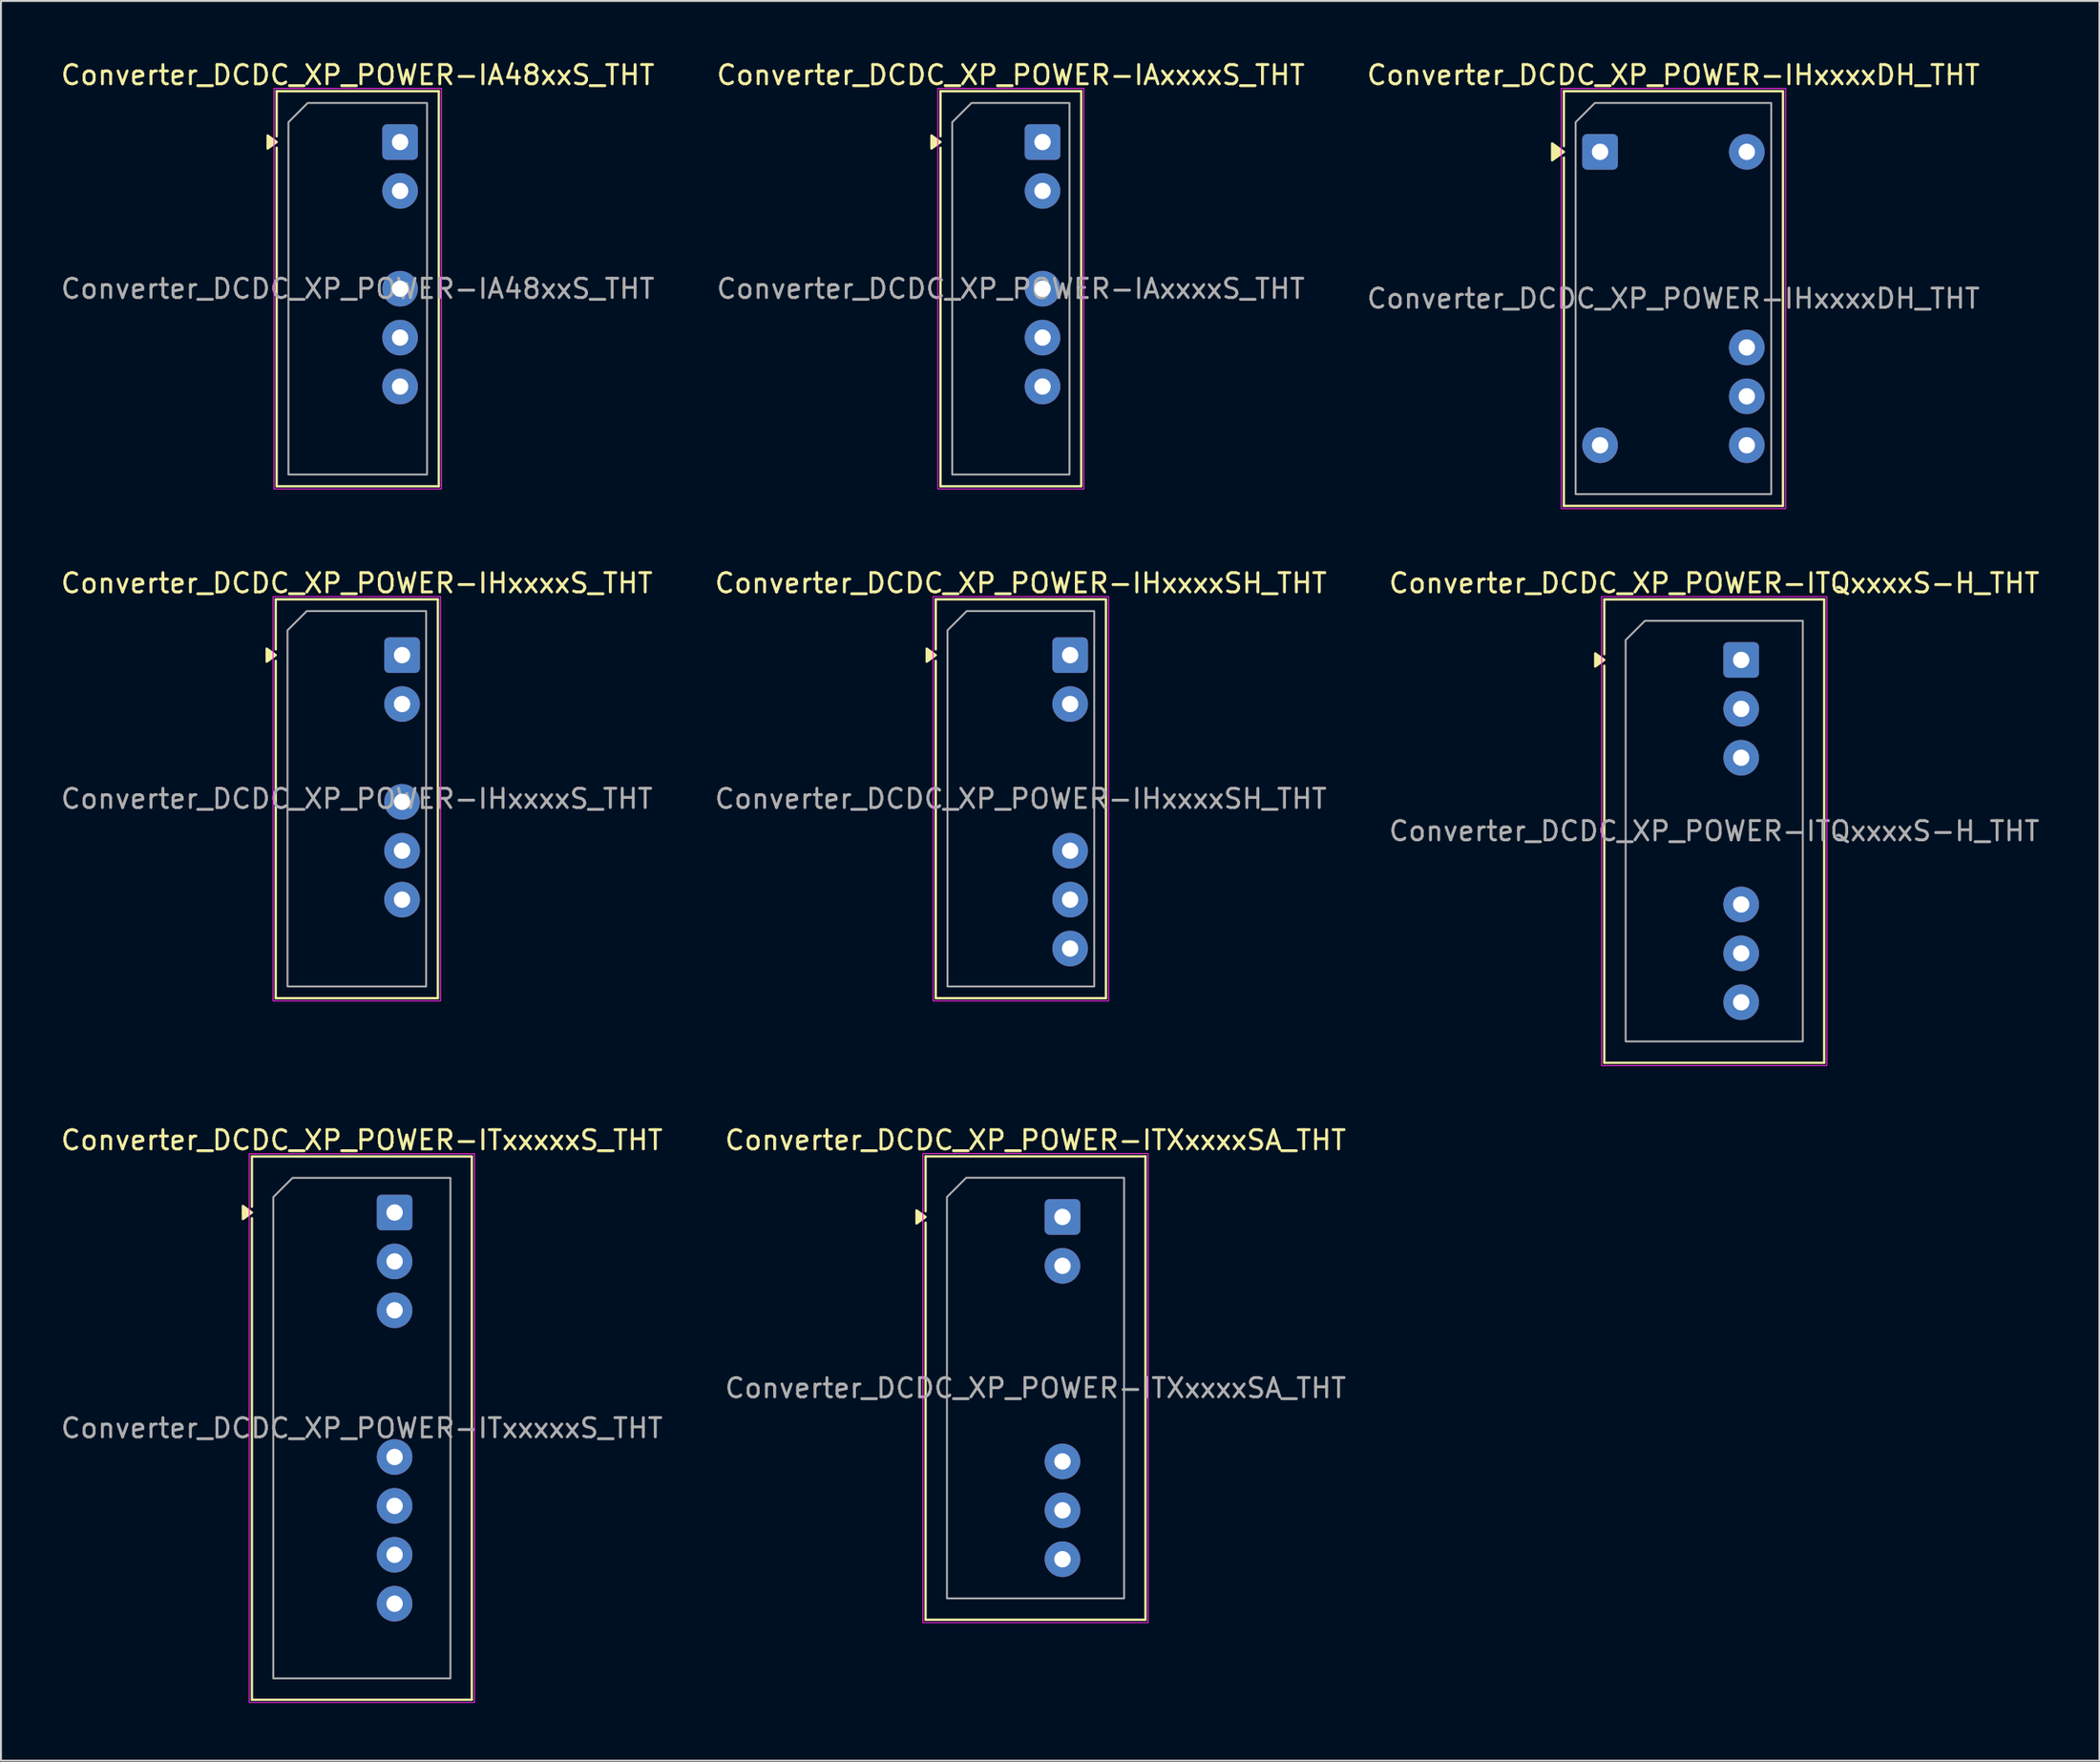
<source format=kicad_pcb>
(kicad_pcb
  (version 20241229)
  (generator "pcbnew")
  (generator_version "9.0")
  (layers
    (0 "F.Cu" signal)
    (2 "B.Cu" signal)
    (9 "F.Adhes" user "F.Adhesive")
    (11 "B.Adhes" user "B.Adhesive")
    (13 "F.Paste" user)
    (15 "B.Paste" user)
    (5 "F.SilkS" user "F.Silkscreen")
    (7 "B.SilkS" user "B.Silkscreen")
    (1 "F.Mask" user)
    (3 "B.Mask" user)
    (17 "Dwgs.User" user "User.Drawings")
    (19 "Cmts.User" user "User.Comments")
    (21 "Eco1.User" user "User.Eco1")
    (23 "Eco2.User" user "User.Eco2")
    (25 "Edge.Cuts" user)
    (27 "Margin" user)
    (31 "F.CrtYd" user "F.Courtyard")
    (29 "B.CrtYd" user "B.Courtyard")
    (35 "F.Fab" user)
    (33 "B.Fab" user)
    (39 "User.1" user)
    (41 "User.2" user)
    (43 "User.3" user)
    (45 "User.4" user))
  (footprint "Converter_DCDC_XP_POWER-IHxxxxDH_THT"
    (layer "F.Cu")
    (at 80.053 4.838)
    (property "Reference" "Converter_DCDC_XP_POWER-IHxxxxDH_THT" (at 3.81 -3.99 0) (layer "F.SilkS") (effects (font (size 1 1) (thickness 0.15))))
    (attr through_hole)
    (fp_line (start -1.88 -3.15) (end 9.5 -3.15) (stroke (width 0.12) (type solid)) (layer "F.SilkS"))
    (fp_line (start -1.88 -0.296) (end -1.88 -3.15) (stroke (width 0.12) (type solid)) (layer "F.SilkS"))
    (fp_line (start -1.88 18.39) (end -1.88 0.296) (stroke (width 0.12) (type solid)) (layer "F.SilkS"))
    (fp_line (start 9.5 -3.15) (end 9.5 18.39) (stroke (width 0.12) (type solid)) (layer "F.SilkS"))
    (fp_line (start 9.5 18.39) (end -1.88 18.39) (stroke (width 0.12) (type solid)) (layer "F.SilkS"))
    (fp_poly (pts (xy -1.88 0) (xy -2.49 0.44) (xy -2.49 -0.44)) (stroke (width 0.12) (type solid)) (fill yes) (layer "F.SilkS"))
    (fp_rect (start -2.02 -3.29) (end 9.64 18.53) (stroke (width 0.05) (type solid)) (fill no) (layer "F.CrtYd"))
    (fp_poly (pts (xy -1.27 -1.54) (xy -1.27 17.78) (xy 8.89 17.78) (xy 8.89 -2.54) (xy -0.27 -2.54)) (stroke (width 0.1) (type solid)) (fill no) (layer "F.Fab"))
    (fp_text user "${REFERENCE}" (at 3.81 7.62 0) (layer "F.Fab") (effects (font (size 1 1) (thickness 0.15))))
    (pad "1" thru_hole roundrect (at 0 0) (size 1.85 1.85) (drill 0.85) (layers "*.Cu" "*.Mask") (roundrect_rratio 0.135))
    (pad "2" thru_hole circle (at 0 15.24) (size 1.85 1.85) (drill 0.85) (layers "*.Cu" "*.Mask"))
    (pad "3" thru_hole circle (at 7.62 0) (size 1.85 1.85) (drill 0.85) (layers "*.Cu" "*.Mask"))
    (pad "4" thru_hole circle (at 7.62 10.16) (size 1.85 1.85) (drill 0.85) (layers "*.Cu" "*.Mask"))
    (pad "5" thru_hole circle (at 7.62 15.24) (size 1.85 1.85) (drill 0.85) (layers "*.Cu" "*.Mask"))
    (pad "6" thru_hole circle (at 7.62 12.7) (size 1.85 1.85) (drill 0.85) (layers "*.Cu" "*.Mask")))
  (footprint "Converter_DCDC_XP_POWER-IHxxxxS_THT"
    (layer "F.Cu")
    (at 17.832 30.982)
    (property "Reference" "Converter_DCDC_XP_POWER-IHxxxxS_THT" (at -2.35 -3.74 0) (layer "F.SilkS") (effects (font (size 1 1) (thickness 0.15))))
    (attr through_hole)
    (fp_line (start -6.56 -2.9) (end 1.86 -2.9) (stroke (width 0.12) (type solid)) (layer "F.SilkS"))
    (fp_line (start -6.56 -0.296) (end -6.56 -2.9) (stroke (width 0.12) (type solid)) (layer "F.SilkS"))
    (fp_line (start -6.56 17.82) (end -6.56 0.296) (stroke (width 0.12) (type solid)) (layer "F.SilkS"))
    (fp_line (start 1.86 -2.9) (end 1.86 17.82) (stroke (width 0.12) (type solid)) (layer "F.SilkS"))
    (fp_line (start 1.86 17.82) (end -6.56 17.82) (stroke (width 0.12) (type solid)) (layer "F.SilkS"))
    (fp_poly (pts (xy -6.56 0) (xy -7.03 0.34) (xy -7.03 -0.34)) (stroke (width 0.12) (type solid)) (fill yes) (layer "F.SilkS"))
    (fp_rect (start -6.7 -3.04) (end 2 17.96) (stroke (width 0.05) (type solid)) (fill no) (layer "F.CrtYd"))
    (fp_poly (pts (xy -5.95 -1.29) (xy -5.95 17.21) (xy 1.25 17.21) (xy 1.25 -2.29) (xy -4.95 -2.29)) (stroke (width 0.1) (type solid)) (fill no) (layer "F.Fab"))
    (fp_text user "${REFERENCE}" (at -2.35 7.46 0) (layer "F.Fab") (effects (font (size 1 1) (thickness 0.15))))
    (pad "1" thru_hole roundrect (at 0 0) (size 1.85 1.85) (drill 0.85) (layers "*.Cu" "*.Mask") (roundrect_rratio 0.135))
    (pad "2" thru_hole circle (at 0 2.54) (size 1.85 1.85) (drill 0.85) (layers "*.Cu" "*.Mask"))
    (pad "4" thru_hole circle (at 0 7.62) (size 1.85 1.85) (drill 0.85) (layers "*.Cu" "*.Mask"))
    (pad "5" thru_hole circle (at 0 10.16) (size 1.85 1.85) (drill 0.85) (layers "*.Cu" "*.Mask"))
    (pad "6" thru_hole circle (at 0 12.7) (size 1.85 1.85) (drill 0.85) (layers "*.Cu" "*.Mask")))
  (footprint "Converter_DCDC_XP_POWER-ITQxxxxS-H_THT"
    (layer "F.Cu")
    (at 87.382 31.232)
    (property "Reference" "Converter_DCDC_XP_POWER-ITQxxxxS-H_THT" (at -1.4 -3.99 0) (layer "F.SilkS") (effects (font (size 1 1) (thickness 0.15))))
    (attr through_hole)
    (fp_line (start -7.11 -3.145) (end 4.31 -3.145) (stroke (width 0.12) (type solid)) (layer "F.SilkS"))
    (fp_line (start -7.11 -0.296) (end -7.11 -3.145) (stroke (width 0.12) (type solid)) (layer "F.SilkS"))
    (fp_line (start -7.11 20.925) (end -7.11 0.296) (stroke (width 0.12) (type solid)) (layer "F.SilkS"))
    (fp_line (start 4.31 -3.145) (end 4.31 20.925) (stroke (width 0.12) (type solid)) (layer "F.SilkS"))
    (fp_line (start 4.31 20.925) (end -7.11 20.925) (stroke (width 0.12) (type solid)) (layer "F.SilkS"))
    (fp_poly (pts (xy -7.11 0) (xy -7.58 0.34) (xy -7.58 -0.34)) (stroke (width 0.12) (type solid)) (fill yes) (layer "F.SilkS"))
    (fp_rect (start -7.25 -3.29) (end 4.45 21.07) (stroke (width 0.05) (type solid)) (fill no) (layer "F.CrtYd"))
    (fp_poly (pts (xy -6 -1.035) (xy -6 19.815) (xy 3.2 19.815) (xy 3.2 -2.035) (xy -5 -2.035)) (stroke (width 0.1) (type solid)) (fill no) (layer "F.Fab"))
    (fp_text user "${REFERENCE}" (at -1.4 8.89 0) (layer "F.Fab") (effects (font (size 1 1) (thickness 0.15))))
    (pad "1" thru_hole roundrect (at 0 0) (size 1.85 1.85) (drill 0.85) (layers "*.Cu" "*.Mask") (roundrect_rratio 0.135))
    (pad "2" thru_hole circle (at 0 2.54) (size 1.85 1.85) (drill 0.85) (layers "*.Cu" "*.Mask"))
    (pad "3" thru_hole circle (at 0 5.08) (size 1.85 1.85) (drill 0.85) (layers "*.Cu" "*.Mask"))
    (pad "6" thru_hole circle (at 0 12.7) (size 1.85 1.85) (drill 0.85) (layers "*.Cu" "*.Mask"))
    (pad "7" thru_hole circle (at 0 15.24) (size 1.85 1.85) (drill 0.85) (layers "*.Cu" "*.Mask"))
    (pad "8" thru_hole circle (at 0 17.78) (size 1.85 1.85) (drill 0.85) (layers "*.Cu" "*.Mask")))
  (footprint "Converter_DCDC_XP_POWER-ITXxxxxSA_THT"
    (layer "F.Cu")
    (at 52.132 60.165)
    (property "Reference" "Converter_DCDC_XP_POWER-ITXxxxxSA_THT" (at -1.4 -3.99 0) (layer "F.SilkS") (effects (font (size 1 1) (thickness 0.15))))
    (attr through_hole)
    (fp_line (start -7.11 -3.145) (end 4.31 -3.145) (stroke (width 0.12) (type solid)) (layer "F.SilkS"))
    (fp_line (start -7.11 -0.296) (end -7.11 -3.145) (stroke (width 0.12) (type solid)) (layer "F.SilkS"))
    (fp_line (start -7.11 20.925) (end -7.11 0.296) (stroke (width 0.12) (type solid)) (layer "F.SilkS"))
    (fp_line (start 4.31 -3.145) (end 4.31 20.925) (stroke (width 0.12) (type solid)) (layer "F.SilkS"))
    (fp_line (start 4.31 20.925) (end -7.11 20.925) (stroke (width 0.12) (type solid)) (layer "F.SilkS"))
    (fp_poly (pts (xy -7.11 0) (xy -7.58 0.34) (xy -7.58 -0.34)) (stroke (width 0.12) (type solid)) (fill yes) (layer "F.SilkS"))
    (fp_rect (start -7.25 -3.29) (end 4.45 21.07) (stroke (width 0.05) (type solid)) (fill no) (layer "F.CrtYd"))
    (fp_poly (pts (xy -6 -1.035) (xy -6 19.815) (xy 3.2 19.815) (xy 3.2 -2.035) (xy -5 -2.035)) (stroke (width 0.1) (type solid)) (fill no) (layer "F.Fab"))
    (fp_text user "${REFERENCE}" (at -1.4 8.89 0) (layer "F.Fab") (effects (font (size 1 1) (thickness 0.15))))
    (pad "1" thru_hole roundrect (at 0 0) (size 1.85 1.85) (drill 0.85) (layers "*.Cu" "*.Mask") (roundrect_rratio 0.135))
    (pad "2" thru_hole circle (at 0 2.54) (size 1.85 1.85) (drill 0.85) (layers "*.Cu" "*.Mask"))
    (pad "6" thru_hole circle (at 0 12.7) (size 1.85 1.85) (drill 0.85) (layers "*.Cu" "*.Mask"))
    (pad "7" thru_hole circle (at 0 15.24) (size 1.85 1.85) (drill 0.85) (layers "*.Cu" "*.Mask"))
    (pad "8" thru_hole circle (at 0 17.78) (size 1.85 1.85) (drill 0.85) (layers "*.Cu" "*.Mask")))
  (footprint "Converter_DCDC_XP_POWER-ITxxxxxS_THT"
    (layer "F.Cu")
    (at 17.444 59.935)
    (property "Reference" "Converter_DCDC_XP_POWER-ITxxxxxS_THT" (at -1.7 -3.76 0) (layer "F.SilkS") (effects (font (size 1 1) (thickness 0.15))))
    (attr through_hole)
    (fp_line (start -7.41 -2.91) (end 4.01 -2.91) (stroke (width 0.12) (type solid)) (layer "F.SilkS"))
    (fp_line (start -7.41 -0.296) (end -7.41 -2.91) (stroke (width 0.12) (type solid)) (layer "F.SilkS"))
    (fp_line (start -7.41 25.31) (end -7.41 0.296) (stroke (width 0.12) (type solid)) (layer "F.SilkS"))
    (fp_line (start 4.01 -2.91) (end 4.01 25.31) (stroke (width 0.12) (type solid)) (layer "F.SilkS"))
    (fp_line (start 4.01 25.31) (end -7.41 25.31) (stroke (width 0.12) (type solid)) (layer "F.SilkS"))
    (fp_poly (pts (xy -7.41 0) (xy -7.88 0.34) (xy -7.88 -0.34)) (stroke (width 0.12) (type solid)) (fill yes) (layer "F.SilkS"))
    (fp_rect (start -7.55 -3.05) (end 4.15 25.45) (stroke (width 0.05) (type solid)) (fill no) (layer "F.CrtYd"))
    (fp_poly (pts (xy -6.3 -0.8) (xy -6.3 24.2) (xy 2.9 24.2) (xy 2.9 -1.8) (xy -5.3 -1.8)) (stroke (width 0.1) (type solid)) (fill no) (layer "F.Fab"))
    (fp_text user "${REFERENCE}" (at -1.7 11.2 0) (layer "F.Fab") (effects (font (size 1 1) (thickness 0.15))))
    (pad "1" thru_hole roundrect (at 0 0) (size 1.85 1.85) (drill 0.85) (layers "*.Cu" "*.Mask") (roundrect_rratio 0.135))
    (pad "2" thru_hole circle (at 0 2.54) (size 1.85 1.85) (drill 0.85) (layers "*.Cu" "*.Mask"))
    (pad "3" thru_hole circle (at 0 5.08) (size 1.85 1.85) (drill 0.85) (layers "*.Cu" "*.Mask"))
    (pad "6" thru_hole circle (at 0 12.7) (size 1.85 1.85) (drill 0.85) (layers "*.Cu" "*.Mask"))
    (pad "7" thru_hole circle (at 0 15.24) (size 1.85 1.85) (drill 0.85) (layers "*.Cu" "*.Mask"))
    (pad "8" thru_hole circle (at 0 17.78) (size 1.85 1.85) (drill 0.85) (layers "*.Cu" "*.Mask"))
    (pad "9" thru_hole circle (at 0 20.32) (size 1.85 1.85) (drill 0.85) (layers "*.Cu" "*.Mask")))
  (footprint "Converter_DCDC_XP_POWER-IHxxxxSH_THT"
    (layer "F.Cu")
    (at 52.53 30.982)
    (property "Reference" "Converter_DCDC_XP_POWER-IHxxxxSH_THT" (at -2.56 -3.74 0) (layer "F.SilkS") (effects (font (size 1 1) (thickness 0.15))))
    (attr through_hole)
    (fp_line (start -6.98 -2.9) (end 1.86 -2.9) (stroke (width 0.12) (type solid)) (layer "F.SilkS"))
    (fp_line (start -6.98 -0.296) (end -6.98 -2.9) (stroke (width 0.12) (type solid)) (layer "F.SilkS"))
    (fp_line (start -6.98 17.82) (end -6.98 0.296) (stroke (width 0.12) (type solid)) (layer "F.SilkS"))
    (fp_line (start 1.86 -2.9) (end 1.86 17.82) (stroke (width 0.12) (type solid)) (layer "F.SilkS"))
    (fp_line (start 1.86 17.82) (end -6.98 17.82) (stroke (width 0.12) (type solid)) (layer "F.SilkS"))
    (fp_poly (pts (xy -6.98 0) (xy -7.45 0.34) (xy -7.45 -0.34)) (stroke (width 0.12) (type solid)) (fill yes) (layer "F.SilkS"))
    (fp_rect (start -7.12 -3.04) (end 2 17.96) (stroke (width 0.05) (type solid)) (fill no) (layer "F.CrtYd"))
    (fp_poly (pts (xy -6.37 -1.29) (xy -6.37 17.21) (xy 1.25 17.21) (xy 1.25 -2.29) (xy -5.37 -2.29)) (stroke (width 0.1) (type solid)) (fill no) (layer "F.Fab"))
    (fp_text user "${REFERENCE}" (at -2.56 7.46 0) (layer "F.Fab") (effects (font (size 1 1) (thickness 0.15))))
    (pad "1" thru_hole roundrect (at 0 0) (size 1.85 1.85) (drill 0.85) (layers "*.Cu" "*.Mask") (roundrect_rratio 0.135))
    (pad "2" thru_hole circle (at 0 2.54) (size 1.85 1.85) (drill 0.85) (layers "*.Cu" "*.Mask"))
    (pad "4" thru_hole circle (at 0 10.16) (size 1.85 1.85) (drill 0.85) (layers "*.Cu" "*.Mask"))
    (pad "5" thru_hole circle (at 0 12.7) (size 1.85 1.85) (drill 0.85) (layers "*.Cu" "*.Mask"))
    (pad "6" thru_hole circle (at 0 15.24) (size 1.85 1.85) (drill 0.85) (layers "*.Cu" "*.Mask")))
  (footprint "Converter_DCDC_XP_POWER-IA48xxS_THT"
    (layer "F.Cu")
    (at 17.73 4.328)
    (property "Reference" "Converter_DCDC_XP_POWER-IA48xxS_THT" (at -2.2 -3.48 0) (layer "F.SilkS") (effects (font (size 1 1) (thickness 0.15))))
    (attr through_hole)
    (fp_line (start -6.41 -2.64) (end 2.01 -2.64) (stroke (width 0.12) (type solid)) (layer "F.SilkS"))
    (fp_line (start -6.41 -0.296) (end -6.41 -2.64) (stroke (width 0.12) (type solid)) (layer "F.SilkS"))
    (fp_line (start -6.41 17.88) (end -6.41 0.296) (stroke (width 0.12) (type solid)) (layer "F.SilkS"))
    (fp_line (start 2.01 -2.64) (end 2.01 17.88) (stroke (width 0.12) (type solid)) (layer "F.SilkS"))
    (fp_line (start 2.01 17.88) (end -6.41 17.88) (stroke (width 0.12) (type solid)) (layer "F.SilkS"))
    (fp_poly (pts (xy -6.41 0) (xy -6.88 0.34) (xy -6.88 -0.34)) (stroke (width 0.12) (type solid)) (fill yes) (layer "F.SilkS"))
    (fp_rect (start -6.55 -2.78) (end 2.15 18.02) (stroke (width 0.05) (type solid)) (fill no) (layer "F.CrtYd"))
    (fp_poly (pts (xy -5.8 -1.03) (xy -5.8 17.27) (xy 1.4 17.27) (xy 1.4 -2.03) (xy -4.8 -2.03)) (stroke (width 0.1) (type solid)) (fill no) (layer "F.Fab"))
    (fp_text user "${REFERENCE}" (at -2.2 7.62 0) (layer "F.Fab") (effects (font (size 1 1) (thickness 0.15))))
    (pad "1" thru_hole roundrect (at 0 0) (size 1.85 1.85) (drill 0.85) (layers "*.Cu" "*.Mask") (roundrect_rratio 0.135))
    (pad "2" thru_hole circle (at 0 2.54) (size 1.85 1.85) (drill 0.85) (layers "*.Cu" "*.Mask"))
    (pad "4" thru_hole circle (at 0 7.62) (size 1.85 1.85) (drill 0.85) (layers "*.Cu" "*.Mask"))
    (pad "5" thru_hole circle (at 0 10.16) (size 1.85 1.85) (drill 0.85) (layers "*.Cu" "*.Mask"))
    (pad "6" thru_hole circle (at 0 12.7) (size 1.85 1.85) (drill 0.85) (layers "*.Cu" "*.Mask")))
  (footprint "Converter_DCDC_XP_POWER-IAxxxxS_THT"
    (layer "F.Cu")
    (at 51.096 4.328)
    (property "Reference" "Converter_DCDC_XP_POWER-IAxxxxS_THT" (at -1.65 -3.48 0) (layer "F.SilkS") (effects (font (size 1 1) (thickness 0.15))))
    (attr through_hole)
    (fp_line (start -5.3 -2.64) (end 2.01 -2.64) (stroke (width 0.12) (type solid)) (layer "F.SilkS"))
    (fp_line (start -5.3 -0.296) (end -5.3 -2.64) (stroke (width 0.12) (type solid)) (layer "F.SilkS"))
    (fp_line (start -5.3 17.88) (end -5.3 0.296) (stroke (width 0.12) (type solid)) (layer "F.SilkS"))
    (fp_line (start 2.01 -2.64) (end 2.01 17.88) (stroke (width 0.12) (type solid)) (layer "F.SilkS"))
    (fp_line (start 2.01 17.88) (end -5.3 17.88) (stroke (width 0.12) (type solid)) (layer "F.SilkS"))
    (fp_poly (pts (xy -5.3 0) (xy -5.77 0.34) (xy -5.77 -0.34)) (stroke (width 0.12) (type solid)) (fill yes) (layer "F.SilkS"))
    (fp_rect (start -5.44 -2.78) (end 2.15 18.02) (stroke (width 0.05) (type solid)) (fill no) (layer "F.CrtYd"))
    (fp_poly (pts (xy -4.69 -1.03) (xy -4.69 17.27) (xy 1.4 17.27) (xy 1.4 -2.03) (xy -3.69 -2.03)) (stroke (width 0.1) (type solid)) (fill no) (layer "F.Fab"))
    (fp_text user "${REFERENCE}" (at -1.65 7.62 0) (layer "F.Fab") (effects (font (size 1 1) (thickness 0.15))))
    (pad "1" thru_hole roundrect (at 0 0) (size 1.85 1.85) (drill 0.85) (layers "*.Cu" "*.Mask") (roundrect_rratio 0.135))
    (pad "2" thru_hole circle (at 0 2.54) (size 1.85 1.85) (drill 0.85) (layers "*.Cu" "*.Mask"))
    (pad "4" thru_hole circle (at 0 7.62) (size 1.85 1.85) (drill 0.85) (layers "*.Cu" "*.Mask"))
    (pad "5" thru_hole circle (at 0 10.16) (size 1.85 1.85) (drill 0.85) (layers "*.Cu" "*.Mask"))
    (pad "6" thru_hole circle (at 0 12.7) (size 1.85 1.85) (drill 0.85) (layers "*.Cu" "*.Mask")))
  (gr_rect
    (start -3 -3)
    (end 105.988 88.41)
    (stroke (width 0.1) (type default))
    (fill no)
    (layer "Edge.Cuts")))
</source>
